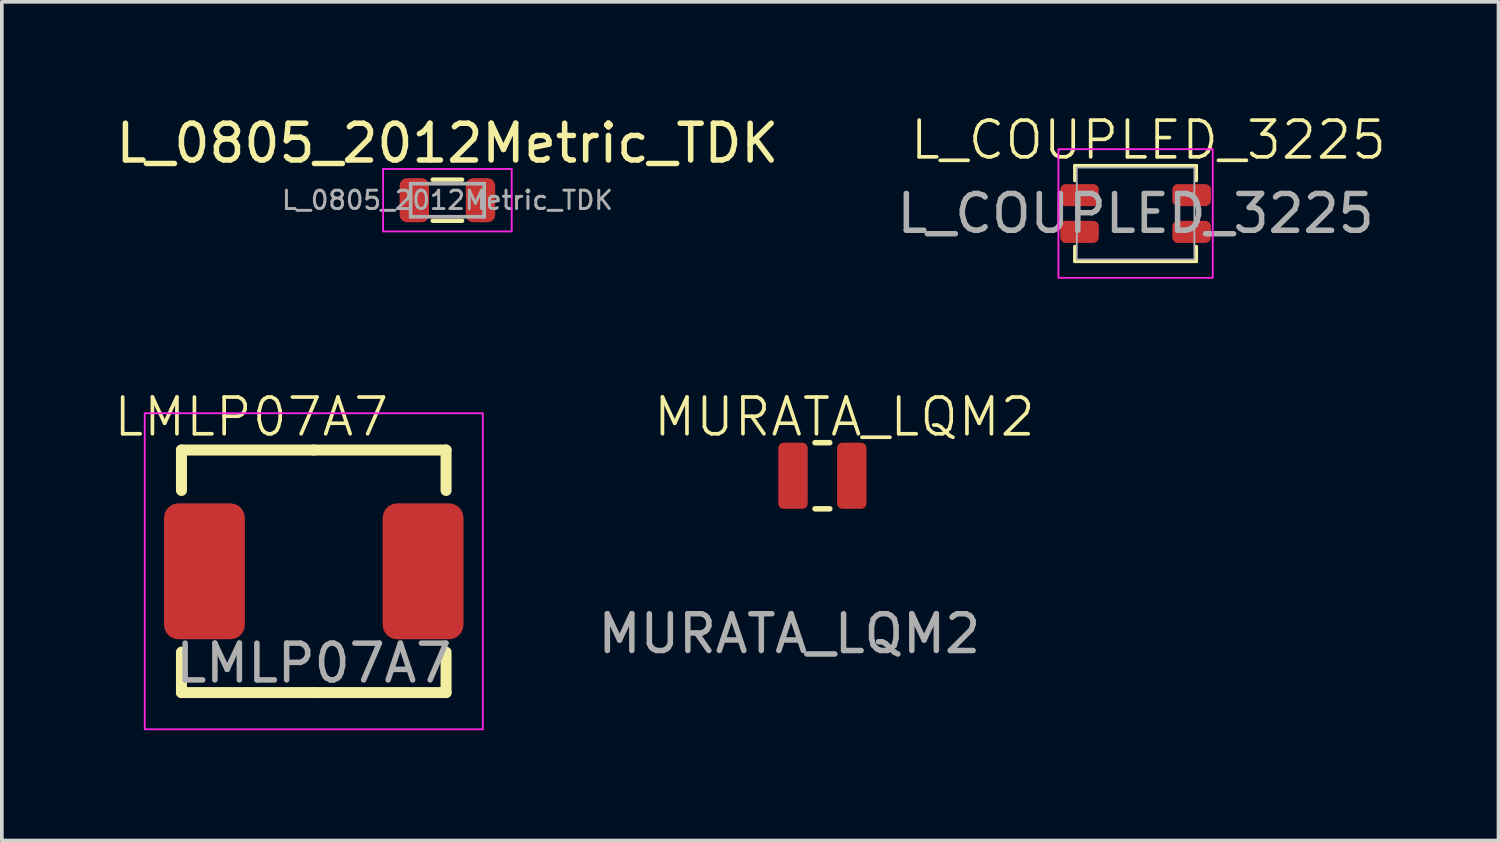
<source format=kicad_pcb>
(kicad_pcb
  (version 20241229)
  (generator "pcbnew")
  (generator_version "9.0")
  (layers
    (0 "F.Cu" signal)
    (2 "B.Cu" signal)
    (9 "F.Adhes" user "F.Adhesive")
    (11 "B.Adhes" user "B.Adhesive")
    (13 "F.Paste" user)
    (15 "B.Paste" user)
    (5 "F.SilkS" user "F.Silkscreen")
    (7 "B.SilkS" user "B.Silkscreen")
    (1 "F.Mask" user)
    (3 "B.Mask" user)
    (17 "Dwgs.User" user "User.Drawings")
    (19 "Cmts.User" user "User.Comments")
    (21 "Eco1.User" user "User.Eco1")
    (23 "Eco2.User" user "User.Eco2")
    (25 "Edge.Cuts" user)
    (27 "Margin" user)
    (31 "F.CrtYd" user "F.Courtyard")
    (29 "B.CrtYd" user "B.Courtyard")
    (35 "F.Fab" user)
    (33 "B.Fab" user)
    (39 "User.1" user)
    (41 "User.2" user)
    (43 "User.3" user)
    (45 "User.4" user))
  (footprint "LMLP07A7"
    (layer "F.Cu")
    (at 5.488 12.496)
    (property "Reference" "LMLP07A7" (at -1.7 -4.2 0) (unlocked yes) (layer "F.SilkS") (effects (font (size 1 1) (thickness 0.1))))
    (attr smd)
    (fp_line (start -3.6 -3.3) (end 0 -3.3) (stroke (width 0.3) (type solid)) (layer "F.SilkS"))
    (fp_line (start -3.6 -2.2) (end -3.6 -3.3) (stroke (width 0.3) (type solid)) (layer "F.SilkS"))
    (fp_line (start -3.6 2.2) (end -3.6 3.3) (stroke (width 0.3) (type solid)) (layer "F.SilkS"))
    (fp_line (start -3.6 3.3) (end 0 3.3) (stroke (width 0.3) (type solid)) (layer "F.SilkS"))
    (fp_line (start 3.6 -3.3) (end 0 -3.3) (stroke (width 0.3) (type solid)) (layer "F.SilkS"))
    (fp_line (start 3.6 -2.2) (end 3.6 -3.3) (stroke (width 0.3) (type solid)) (layer "F.SilkS"))
    (fp_line (start 3.6 2.2) (end 3.6 3.3) (stroke (width 0.3) (type solid)) (layer "F.SilkS"))
    (fp_line (start 3.6 3.3) (end 0 3.3) (stroke (width 0.3) (type solid)) (layer "F.SilkS"))
    (fp_rect (start -4.6 -4.3) (end 4.6 4.3) (stroke (width 0.05) (type default)) (fill no) (layer "F.CrtYd"))
    (fp_text user "${REFERENCE}" (at 0 2.5 0) (unlocked yes) (layer "F.Fab") (effects (font (size 1 1) (thickness 0.15))))
    (pad "1" smd roundrect (at -2.975 0 180) (size 2.2 3.7) (layers "F.Cu" "F.Mask" "F.Paste") (roundrect_rratio 0.179))
    (pad "2" smd roundrect (at 2.975 0 180) (size 2.2 3.7) (layers "F.Cu" "F.Mask" "F.Paste") (roundrect_rratio 0.179)))
  (footprint "L_COUPLED_3225"
    (layer "F.Cu")
    (at 27.851 2.76)
    (property "Reference" "L_COUPLED_3225" (at 0.35 -2 0) (unlocked yes) (layer "F.SilkS") (effects (font (size 1 1) (thickness 0.1))))
    (attr smd)
    (fp_line (start -1.65 -1.3) (end 1.65 -1.3) (stroke (width 0.1) (type default)) (layer "F.SilkS"))
    (fp_line (start -1.65 -0.9) (end -1.65 -1.3) (stroke (width 0.1) (type default)) (layer "F.SilkS"))
    (fp_line (start -1.65 1.3) (end -1.65 0.9) (stroke (width 0.1) (type default)) (layer "F.SilkS"))
    (fp_line (start 1.65 -1.3) (end 1.65 -0.9) (stroke (width 0.1) (type default)) (layer "F.SilkS"))
    (fp_line (start 1.65 0.9) (end 1.65 1.3) (stroke (width 0.1) (type default)) (layer "F.SilkS"))
    (fp_line (start 1.65 1.3) (end -1.65 1.3) (stroke (width 0.1) (type default)) (layer "F.SilkS"))
    (fp_rect (start -2.1 -1.75) (end 2.1 1.75) (stroke (width 0.05) (type default)) (fill no) (layer "F.CrtYd"))
    (fp_rect (start -1.6 -1.25) (end 1.6 1.25) (stroke (width 0.05) (type default)) (fill no) (layer "F.Fab"))
    (fp_text user "${REFERENCE}" (at 0 0 0) (unlocked yes) (layer "F.Fab") (effects (font (size 1 1) (thickness 0.15))))
    (pad "1" smd roundrect (at -1.525 0.5) (size 1.05 0.6) (layers "F.Cu" "F.Mask" "F.Paste") (roundrect_rratio 0.25))
    (pad "2" smd roundrect (at 1.525 0.5) (size 1.05 0.6) (layers "F.Cu" "F.Mask" "F.Paste") (roundrect_rratio 0.25))
    (pad "3" smd roundrect (at 1.525 -0.5) (size 1.05 0.6) (layers "F.Cu" "F.Mask" "F.Paste") (roundrect_rratio 0.25))
    (pad "4" smd roundrect (at -1.525 -0.5) (size 1.05 0.6) (layers "F.Cu" "F.Mask" "F.Paste") (roundrect_rratio 0.25)))
  (footprint "MURATA_LQM2"
    (layer "F.Cu")
    (at 19.329 9.896)
    (property "Reference" "MURATA_LQM2" (at 0.6 -1.6 0) (unlocked yes) (layer "F.SilkS") (effects (font (size 1 1) (thickness 0.1))))
    (attr smd)
    (fp_line (start -0.2 -0.9) (end 0.2 -0.9) (stroke (width 0.15) (type default)) (layer "F.SilkS"))
    (fp_line (start -0.2 0.9) (end 0.2 0.9) (stroke (width 0.15) (type default)) (layer "F.SilkS"))
    (fp_text user "${REFERENCE}" (at -0.9 4.3 0) (unlocked yes) (layer "F.Fab") (effects (font (size 1 1) (thickness 0.15))))
    (pad "1" smd roundrect (at -0.8 0 180) (size 0.8 1.8) (layers "F.Cu" "F.Mask" "F.Paste") (roundrect_rratio 0.179))
    (pad "2" smd roundrect (at 0.8 0 180) (size 0.8 1.8) (layers "F.Cu" "F.Mask" "F.Paste") (roundrect_rratio 0.179)))
  (footprint "L_0805_2012Metric_TDK"
    (layer "F.Cu")
    (at 9.125 2.398)
    (property "Reference" "L_0805_2012Metric_TDK" (at 0 -1.55 0) (layer "F.SilkS") (effects (font (size 1 1) (thickness 0.15))))
    (attr smd)
    (fp_line (start -0.4 -0.56) (end 0.4 -0.56) (stroke (width 0.12) (type solid)) (layer "F.SilkS"))
    (fp_line (start -0.4 0.56) (end 0.4 0.56) (stroke (width 0.12) (type solid)) (layer "F.SilkS"))
    (fp_line (start -1.75 -0.85) (end 1.75 -0.85) (stroke (width 0.05) (type solid)) (layer "F.CrtYd"))
    (fp_line (start -1.75 0.85) (end -1.75 -0.85) (stroke (width 0.05) (type solid)) (layer "F.CrtYd"))
    (fp_line (start 1.75 -0.85) (end 1.75 0.85) (stroke (width 0.05) (type solid)) (layer "F.CrtYd"))
    (fp_line (start 1.75 0.85) (end -1.75 0.85) (stroke (width 0.05) (type solid)) (layer "F.CrtYd"))
    (fp_line (start -1 -0.45) (end 1 -0.45) (stroke (width 0.1) (type solid)) (layer "F.Fab"))
    (fp_line (start -1 0.45) (end -1 -0.45) (stroke (width 0.1) (type solid)) (layer "F.Fab"))
    (fp_line (start 1 -0.45) (end 1 0.45) (stroke (width 0.1) (type solid)) (layer "F.Fab"))
    (fp_line (start 1 0.45) (end -1 0.45) (stroke (width 0.1) (type solid)) (layer "F.Fab"))
    (fp_text user "${REFERENCE}" (at 0 0 0) (layer "F.Fab") (effects (font (size 0.5 0.5) (thickness 0.08))))
    (pad "1" smd roundrect (at -0.9 0) (size 0.8 1.2) (layers "F.Cu" "F.Mask" "F.Paste") (roundrect_rratio 0.25))
    (pad "2" smd roundrect (at 0.9 0) (size 0.8 1.2) (layers "F.Cu" "F.Mask" "F.Paste") (roundrect_rratio 0.25)))
  (gr_rect
    (start -3 -3)
    (end 37.727 19.821)
    (stroke (width 0.1) (type default))
    (fill no)
    (layer "Edge.Cuts")))
</source>
